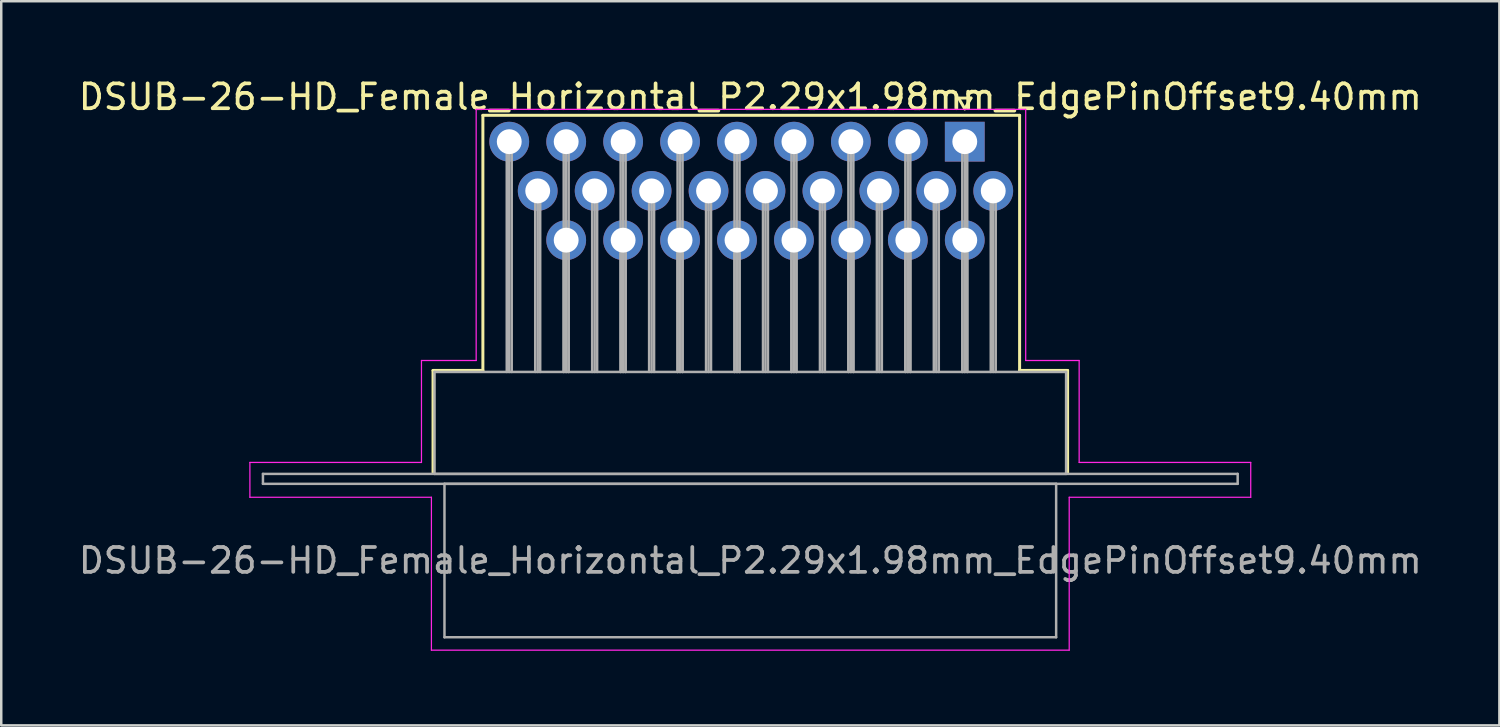
<source format=kicad_pcb>
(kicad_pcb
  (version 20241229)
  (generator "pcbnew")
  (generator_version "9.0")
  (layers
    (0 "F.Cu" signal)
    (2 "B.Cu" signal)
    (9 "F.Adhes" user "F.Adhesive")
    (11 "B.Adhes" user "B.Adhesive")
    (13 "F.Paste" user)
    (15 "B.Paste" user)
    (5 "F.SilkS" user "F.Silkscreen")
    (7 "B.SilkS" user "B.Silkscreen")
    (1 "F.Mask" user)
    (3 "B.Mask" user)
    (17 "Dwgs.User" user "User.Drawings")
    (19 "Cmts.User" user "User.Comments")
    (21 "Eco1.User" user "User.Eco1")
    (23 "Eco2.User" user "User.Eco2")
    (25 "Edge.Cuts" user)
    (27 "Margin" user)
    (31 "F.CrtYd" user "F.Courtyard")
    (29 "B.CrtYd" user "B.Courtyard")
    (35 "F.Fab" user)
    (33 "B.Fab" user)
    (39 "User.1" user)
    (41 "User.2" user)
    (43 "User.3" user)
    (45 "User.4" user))
  (footprint "DSUB-26-HD_Female_Horizontal_P2.29x1.98mm_EdgePinOffset9.40mm"
    (layer "F.Cu")
    (at 35.75 2.648)
    (property "Reference" "DSUB-26-HD_Female_Horizontal_P2.29x1.98mm_EdgePinOffset9.40mm" (at -8.625 -1.8 0) (layer "F.SilkS") (effects (font (size 1 1) (thickness 0.15))))
    (attr through_hole)
    (fp_line (start -21.385 9.2) (end -19.38 9.2) (stroke (width 0.12) (type solid)) (layer "F.SilkS"))
    (fp_line (start -21.385 13.3) (end -21.385 9.2) (stroke (width 0.12) (type solid)) (layer "F.SilkS"))
    (fp_line (start -19.38 -1.06) (end 2.205 -1.06) (stroke (width 0.12) (type solid)) (layer "F.SilkS"))
    (fp_line (start -19.38 9.2) (end -19.38 -1.06) (stroke (width 0.12) (type solid)) (layer "F.SilkS"))
    (fp_line (start -0.25 -1.754) (end 0.25 -1.754) (stroke (width 0.12) (type solid)) (layer "F.SilkS"))
    (fp_line (start 0 -1.321) (end -0.25 -1.754) (stroke (width 0.12) (type solid)) (layer "F.SilkS"))
    (fp_line (start 0.25 -1.754) (end 0 -1.321) (stroke (width 0.12) (type solid)) (layer "F.SilkS"))
    (fp_line (start 2.205 -1.06) (end 2.205 9.2) (stroke (width 0.12) (type solid)) (layer "F.SilkS"))
    (fp_line (start 2.205 9.2) (end 4.135 9.2) (stroke (width 0.12) (type solid)) (layer "F.SilkS"))
    (fp_line (start 4.135 9.2) (end 4.135 13.3) (stroke (width 0.12) (type solid)) (layer "F.SilkS"))
    (fp_line (start -28.75 12.9) (end -21.85 12.9) (stroke (width 0.05) (type solid)) (layer "F.CrtYd"))
    (fp_line (start -28.75 14.3) (end -28.75 12.9) (stroke (width 0.05) (type solid)) (layer "F.CrtYd"))
    (fp_line (start -21.85 8.8) (end -19.65 8.8) (stroke (width 0.05) (type solid)) (layer "F.CrtYd"))
    (fp_line (start -21.85 12.9) (end -21.85 8.8) (stroke (width 0.05) (type solid)) (layer "F.CrtYd"))
    (fp_line (start -21.45 14.3) (end -28.75 14.3) (stroke (width 0.05) (type solid)) (layer "F.CrtYd"))
    (fp_line (start -21.45 20.45) (end -21.45 14.3) (stroke (width 0.05) (type solid)) (layer "F.CrtYd"))
    (fp_line (start -19.65 -1.3) (end 2.45 -1.3) (stroke (width 0.05) (type solid)) (layer "F.CrtYd"))
    (fp_line (start -19.65 8.8) (end -19.65 -1.3) (stroke (width 0.05) (type solid)) (layer "F.CrtYd"))
    (fp_line (start 2.45 -1.3) (end 2.45 8.8) (stroke (width 0.05) (type solid)) (layer "F.CrtYd"))
    (fp_line (start 2.45 8.8) (end 4.6 8.8) (stroke (width 0.05) (type solid)) (layer "F.CrtYd"))
    (fp_line (start 4.2 14.3) (end 4.2 20.45) (stroke (width 0.05) (type solid)) (layer "F.CrtYd"))
    (fp_line (start 4.2 20.45) (end -21.45 20.45) (stroke (width 0.05) (type solid)) (layer "F.CrtYd"))
    (fp_line (start 4.6 8.8) (end 4.6 12.9) (stroke (width 0.05) (type solid)) (layer "F.CrtYd"))
    (fp_line (start 4.6 12.9) (end 11.5 12.9) (stroke (width 0.05) (type solid)) (layer "F.CrtYd"))
    (fp_line (start 11.5 12.9) (end 11.5 14.3) (stroke (width 0.05) (type solid)) (layer "F.CrtYd"))
    (fp_line (start 11.5 14.3) (end 4.2 14.3) (stroke (width 0.05) (type solid)) (layer "F.CrtYd"))
    (fp_line (start -28.225 13.36) (end -28.225 13.76) (stroke (width 0.1) (type solid)) (layer "F.Fab"))
    (fp_line (start -28.225 13.76) (end 10.975 13.76) (stroke (width 0.1) (type solid)) (layer "F.Fab"))
    (fp_line (start -21.325 9.26) (end -21.325 13.36) (stroke (width 0.1) (type solid)) (layer "F.Fab"))
    (fp_line (start -21.325 13.36) (end 4.075 13.36) (stroke (width 0.1) (type solid)) (layer "F.Fab"))
    (fp_line (start -20.925 13.76) (end -20.925 19.93) (stroke (width 0.1) (type solid)) (layer "F.Fab"))
    (fp_line (start -20.925 19.93) (end 3.675 19.93) (stroke (width 0.1) (type solid)) (layer "F.Fab"))
    (fp_line (start -18.42 0) (end -18.42 9.26) (stroke (width 0.1) (type solid)) (layer "F.Fab"))
    (fp_line (start -18.32 0) (end -18.32 9.26) (stroke (width 0.1) (type solid)) (layer "F.Fab"))
    (fp_line (start -18.22 0) (end -18.22 9.26) (stroke (width 0.1) (type solid)) (layer "F.Fab"))
    (fp_line (start -17.275 1.98) (end -17.275 9.26) (stroke (width 0.1) (type solid)) (layer "F.Fab"))
    (fp_line (start -17.175 1.98) (end -17.175 9.26) (stroke (width 0.1) (type solid)) (layer "F.Fab"))
    (fp_line (start -17.075 1.98) (end -17.075 9.26) (stroke (width 0.1) (type solid)) (layer "F.Fab"))
    (fp_line (start -16.13 0) (end -16.13 9.26) (stroke (width 0.1) (type solid)) (layer "F.Fab"))
    (fp_line (start -16.13 3.96) (end -16.13 9.26) (stroke (width 0.1) (type solid)) (layer "F.Fab"))
    (fp_line (start -16.03 0) (end -16.03 9.26) (stroke (width 0.1) (type solid)) (layer "F.Fab"))
    (fp_line (start -16.03 3.96) (end -16.03 9.26) (stroke (width 0.1) (type solid)) (layer "F.Fab"))
    (fp_line (start -15.93 0) (end -15.93 9.26) (stroke (width 0.1) (type solid)) (layer "F.Fab"))
    (fp_line (start -15.93 3.96) (end -15.93 9.26) (stroke (width 0.1) (type solid)) (layer "F.Fab"))
    (fp_line (start -14.985 1.98) (end -14.985 9.26) (stroke (width 0.1) (type solid)) (layer "F.Fab"))
    (fp_line (start -14.885 1.98) (end -14.885 9.26) (stroke (width 0.1) (type solid)) (layer "F.Fab"))
    (fp_line (start -14.785 1.98) (end -14.785 9.26) (stroke (width 0.1) (type solid)) (layer "F.Fab"))
    (fp_line (start -13.84 0) (end -13.84 9.26) (stroke (width 0.1) (type solid)) (layer "F.Fab"))
    (fp_line (start -13.84 3.96) (end -13.84 9.26) (stroke (width 0.1) (type solid)) (layer "F.Fab"))
    (fp_line (start -13.74 0) (end -13.74 9.26) (stroke (width 0.1) (type solid)) (layer "F.Fab"))
    (fp_line (start -13.74 3.96) (end -13.74 9.26) (stroke (width 0.1) (type solid)) (layer "F.Fab"))
    (fp_line (start -13.64 0) (end -13.64 9.26) (stroke (width 0.1) (type solid)) (layer "F.Fab"))
    (fp_line (start -13.64 3.96) (end -13.64 9.26) (stroke (width 0.1) (type solid)) (layer "F.Fab"))
    (fp_line (start -12.695 1.98) (end -12.695 9.26) (stroke (width 0.1) (type solid)) (layer "F.Fab"))
    (fp_line (start -12.595 1.98) (end -12.595 9.26) (stroke (width 0.1) (type solid)) (layer "F.Fab"))
    (fp_line (start -12.495 1.98) (end -12.495 9.26) (stroke (width 0.1) (type solid)) (layer "F.Fab"))
    (fp_line (start -11.55 0) (end -11.55 9.26) (stroke (width 0.1) (type solid)) (layer "F.Fab"))
    (fp_line (start -11.55 3.96) (end -11.55 9.26) (stroke (width 0.1) (type solid)) (layer "F.Fab"))
    (fp_line (start -11.45 0) (end -11.45 9.26) (stroke (width 0.1) (type solid)) (layer "F.Fab"))
    (fp_line (start -11.45 3.96) (end -11.45 9.26) (stroke (width 0.1) (type solid)) (layer "F.Fab"))
    (fp_line (start -11.35 0) (end -11.35 9.26) (stroke (width 0.1) (type solid)) (layer "F.Fab"))
    (fp_line (start -11.35 3.96) (end -11.35 9.26) (stroke (width 0.1) (type solid)) (layer "F.Fab"))
    (fp_line (start -10.405 1.98) (end -10.405 9.26) (stroke (width 0.1) (type solid)) (layer "F.Fab"))
    (fp_line (start -10.305 1.98) (end -10.305 9.26) (stroke (width 0.1) (type solid)) (layer "F.Fab"))
    (fp_line (start -10.205 1.98) (end -10.205 9.26) (stroke (width 0.1) (type solid)) (layer "F.Fab"))
    (fp_line (start -9.26 0) (end -9.26 9.26) (stroke (width 0.1) (type solid)) (layer "F.Fab"))
    (fp_line (start -9.26 3.96) (end -9.26 9.26) (stroke (width 0.1) (type solid)) (layer "F.Fab"))
    (fp_line (start -9.16 0) (end -9.16 9.26) (stroke (width 0.1) (type solid)) (layer "F.Fab"))
    (fp_line (start -9.16 3.96) (end -9.16 9.26) (stroke (width 0.1) (type solid)) (layer "F.Fab"))
    (fp_line (start -9.06 0) (end -9.06 9.26) (stroke (width 0.1) (type solid)) (layer "F.Fab"))
    (fp_line (start -9.06 3.96) (end -9.06 9.26) (stroke (width 0.1) (type solid)) (layer "F.Fab"))
    (fp_line (start -8.115 1.98) (end -8.115 9.26) (stroke (width 0.1) (type solid)) (layer "F.Fab"))
    (fp_line (start -8.015 1.98) (end -8.015 9.26) (stroke (width 0.1) (type solid)) (layer "F.Fab"))
    (fp_line (start -7.915 1.98) (end -7.915 9.26) (stroke (width 0.1) (type solid)) (layer "F.Fab"))
    (fp_line (start -6.97 0) (end -6.97 9.26) (stroke (width 0.1) (type solid)) (layer "F.Fab"))
    (fp_line (start -6.97 3.96) (end -6.97 9.26) (stroke (width 0.1) (type solid)) (layer "F.Fab"))
    (fp_line (start -6.87 0) (end -6.87 9.26) (stroke (width 0.1) (type solid)) (layer "F.Fab"))
    (fp_line (start -6.87 3.96) (end -6.87 9.26) (stroke (width 0.1) (type solid)) (layer "F.Fab"))
    (fp_line (start -6.77 0) (end -6.77 9.26) (stroke (width 0.1) (type solid)) (layer "F.Fab"))
    (fp_line (start -6.77 3.96) (end -6.77 9.26) (stroke (width 0.1) (type solid)) (layer "F.Fab"))
    (fp_line (start -5.825 1.98) (end -5.825 9.26) (stroke (width 0.1) (type solid)) (layer "F.Fab"))
    (fp_line (start -5.725 1.98) (end -5.725 9.26) (stroke (width 0.1) (type solid)) (layer "F.Fab"))
    (fp_line (start -5.625 1.98) (end -5.625 9.26) (stroke (width 0.1) (type solid)) (layer "F.Fab"))
    (fp_line (start -4.68 0) (end -4.68 9.26) (stroke (width 0.1) (type solid)) (layer "F.Fab"))
    (fp_line (start -4.68 3.96) (end -4.68 9.26) (stroke (width 0.1) (type solid)) (layer "F.Fab"))
    (fp_line (start -4.58 0) (end -4.58 9.26) (stroke (width 0.1) (type solid)) (layer "F.Fab"))
    (fp_line (start -4.58 3.96) (end -4.58 9.26) (stroke (width 0.1) (type solid)) (layer "F.Fab"))
    (fp_line (start -4.48 0) (end -4.48 9.26) (stroke (width 0.1) (type solid)) (layer "F.Fab"))
    (fp_line (start -4.48 3.96) (end -4.48 9.26) (stroke (width 0.1) (type solid)) (layer "F.Fab"))
    (fp_line (start -3.535 1.98) (end -3.535 9.26) (stroke (width 0.1) (type solid)) (layer "F.Fab"))
    (fp_line (start -3.435 1.98) (end -3.435 9.26) (stroke (width 0.1) (type solid)) (layer "F.Fab"))
    (fp_line (start -3.335 1.98) (end -3.335 9.26) (stroke (width 0.1) (type solid)) (layer "F.Fab"))
    (fp_line (start -2.39 0) (end -2.39 9.26) (stroke (width 0.1) (type solid)) (layer "F.Fab"))
    (fp_line (start -2.39 3.96) (end -2.39 9.26) (stroke (width 0.1) (type solid)) (layer "F.Fab"))
    (fp_line (start -2.29 0) (end -2.29 9.26) (stroke (width 0.1) (type solid)) (layer "F.Fab"))
    (fp_line (start -2.29 3.96) (end -2.29 9.26) (stroke (width 0.1) (type solid)) (layer "F.Fab"))
    (fp_line (start -2.19 0) (end -2.19 9.26) (stroke (width 0.1) (type solid)) (layer "F.Fab"))
    (fp_line (start -2.19 3.96) (end -2.19 9.26) (stroke (width 0.1) (type solid)) (layer "F.Fab"))
    (fp_line (start -1.245 1.98) (end -1.245 9.26) (stroke (width 0.1) (type solid)) (layer "F.Fab"))
    (fp_line (start -1.145 1.98) (end -1.145 9.26) (stroke (width 0.1) (type solid)) (layer "F.Fab"))
    (fp_line (start -1.045 1.98) (end -1.045 9.26) (stroke (width 0.1) (type solid)) (layer "F.Fab"))
    (fp_line (start -0.1 0) (end -0.1 9.26) (stroke (width 0.1) (type solid)) (layer "F.Fab"))
    (fp_line (start -0.1 3.96) (end -0.1 9.26) (stroke (width 0.1) (type solid)) (layer "F.Fab"))
    (fp_line (start 0 0) (end 0 9.26) (stroke (width 0.1) (type solid)) (layer "F.Fab"))
    (fp_line (start 0 3.96) (end 0 9.26) (stroke (width 0.1) (type solid)) (layer "F.Fab"))
    (fp_line (start 0.1 0) (end 0.1 9.26) (stroke (width 0.1) (type solid)) (layer "F.Fab"))
    (fp_line (start 0.1 3.96) (end 0.1 9.26) (stroke (width 0.1) (type solid)) (layer "F.Fab"))
    (fp_line (start 1.045 1.98) (end 1.045 9.26) (stroke (width 0.1) (type solid)) (layer "F.Fab"))
    (fp_line (start 1.145 1.98) (end 1.145 9.26) (stroke (width 0.1) (type solid)) (layer "F.Fab"))
    (fp_line (start 1.245 1.98) (end 1.245 9.26) (stroke (width 0.1) (type solid)) (layer "F.Fab"))
    (fp_line (start 3.675 13.76) (end -20.925 13.76) (stroke (width 0.1) (type solid)) (layer "F.Fab"))
    (fp_line (start 3.675 19.93) (end 3.675 13.76) (stroke (width 0.1) (type solid)) (layer "F.Fab"))
    (fp_line (start 4.075 9.26) (end -21.325 9.26) (stroke (width 0.1) (type solid)) (layer "F.Fab"))
    (fp_line (start 4.075 13.36) (end 4.075 9.26) (stroke (width 0.1) (type solid)) (layer "F.Fab"))
    (fp_line (start 10.975 13.36) (end -28.225 13.36) (stroke (width 0.1) (type solid)) (layer "F.Fab"))
    (fp_line (start 10.975 13.76) (end 10.975 13.36) (stroke (width 0.1) (type solid)) (layer "F.Fab"))
    (fp_text user "${REFERENCE}" (at -8.625 16.845 0) (layer "F.Fab") (effects (font (size 1 1) (thickness 0.15))))
    (pad "1" thru_hole rect (at 0 0) (size 1.6 1.6) (drill 1) (layers "*.Cu" "*.Mask"))
    (pad "2" thru_hole circle (at -2.29 0) (size 1.6 1.6) (drill 1) (layers "*.Cu" "*.Mask"))
    (pad "3" thru_hole circle (at -4.58 0) (size 1.6 1.6) (drill 1) (layers "*.Cu" "*.Mask"))
    (pad "4" thru_hole circle (at -6.87 0) (size 1.6 1.6) (drill 1) (layers "*.Cu" "*.Mask"))
    (pad "5" thru_hole circle (at -9.16 0) (size 1.6 1.6) (drill 1) (layers "*.Cu" "*.Mask"))
    (pad "6" thru_hole circle (at -11.45 0) (size 1.6 1.6) (drill 1) (layers "*.Cu" "*.Mask"))
    (pad "7" thru_hole circle (at -13.74 0) (size 1.6 1.6) (drill 1) (layers "*.Cu" "*.Mask"))
    (pad "8" thru_hole circle (at -16.03 0) (size 1.6 1.6) (drill 1) (layers "*.Cu" "*.Mask"))
    (pad "9" thru_hole circle (at -18.32 0) (size 1.6 1.6) (drill 1) (layers "*.Cu" "*.Mask"))
    (pad "10" thru_hole circle (at 1.145 1.98) (size 1.6 1.6) (drill 1) (layers "*.Cu" "*.Mask"))
    (pad "11" thru_hole circle (at -1.145 1.98) (size 1.6 1.6) (drill 1) (layers "*.Cu" "*.Mask"))
    (pad "12" thru_hole circle (at -3.435 1.98) (size 1.6 1.6) (drill 1) (layers "*.Cu" "*.Mask"))
    (pad "13" thru_hole circle (at -5.725 1.98) (size 1.6 1.6) (drill 1) (layers "*.Cu" "*.Mask"))
    (pad "14" thru_hole circle (at -8.015 1.98) (size 1.6 1.6) (drill 1) (layers "*.Cu" "*.Mask"))
    (pad "15" thru_hole circle (at -10.305 1.98) (size 1.6 1.6) (drill 1) (layers "*.Cu" "*.Mask"))
    (pad "16" thru_hole circle (at -12.595 1.98) (size 1.6 1.6) (drill 1) (layers "*.Cu" "*.Mask"))
    (pad "17" thru_hole circle (at -14.885 1.98) (size 1.6 1.6) (drill 1) (layers "*.Cu" "*.Mask"))
    (pad "18" thru_hole circle (at -17.175 1.98) (size 1.6 1.6) (drill 1) (layers "*.Cu" "*.Mask"))
    (pad "19" thru_hole circle (at 0 3.96) (size 1.6 1.6) (drill 1) (layers "*.Cu" "*.Mask"))
    (pad "20" thru_hole circle (at -2.29 3.96) (size 1.6 1.6) (drill 1) (layers "*.Cu" "*.Mask"))
    (pad "21" thru_hole circle (at -4.58 3.96) (size 1.6 1.6) (drill 1) (layers "*.Cu" "*.Mask"))
    (pad "22" thru_hole circle (at -6.87 3.96) (size 1.6 1.6) (drill 1) (layers "*.Cu" "*.Mask"))
    (pad "23" thru_hole circle (at -9.16 3.96) (size 1.6 1.6) (drill 1) (layers "*.Cu" "*.Mask"))
    (pad "24" thru_hole circle (at -11.45 3.96) (size 1.6 1.6) (drill 1) (layers "*.Cu" "*.Mask"))
    (pad "25" thru_hole circle (at -13.74 3.96) (size 1.6 1.6) (drill 1) (layers "*.Cu" "*.Mask"))
    (pad "26" thru_hole circle (at -16.03 3.96) (size 1.6 1.6) (drill 1) (layers "*.Cu" "*.Mask")))
  (gr_rect
    (start -3 -3)
    (end 57.25 26.123)
    (stroke (width 0.1) (type default))
    (fill no)
    (layer "Edge.Cuts")))
</source>
